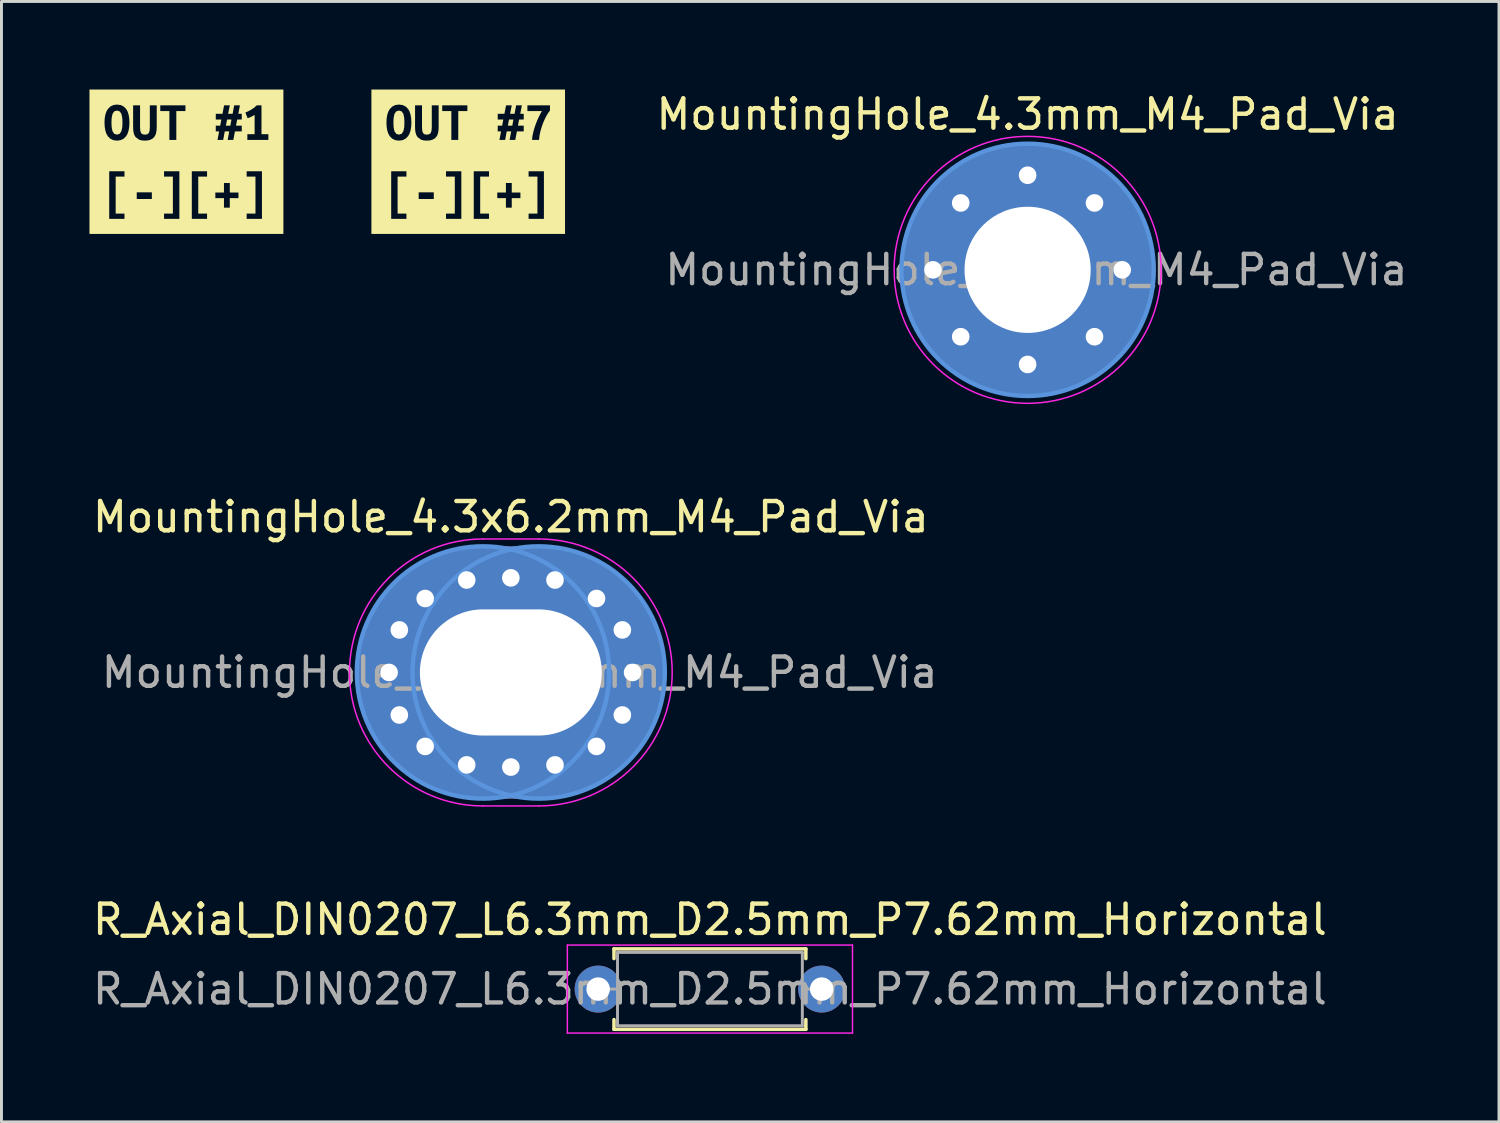
<source format=kicad_pcb>
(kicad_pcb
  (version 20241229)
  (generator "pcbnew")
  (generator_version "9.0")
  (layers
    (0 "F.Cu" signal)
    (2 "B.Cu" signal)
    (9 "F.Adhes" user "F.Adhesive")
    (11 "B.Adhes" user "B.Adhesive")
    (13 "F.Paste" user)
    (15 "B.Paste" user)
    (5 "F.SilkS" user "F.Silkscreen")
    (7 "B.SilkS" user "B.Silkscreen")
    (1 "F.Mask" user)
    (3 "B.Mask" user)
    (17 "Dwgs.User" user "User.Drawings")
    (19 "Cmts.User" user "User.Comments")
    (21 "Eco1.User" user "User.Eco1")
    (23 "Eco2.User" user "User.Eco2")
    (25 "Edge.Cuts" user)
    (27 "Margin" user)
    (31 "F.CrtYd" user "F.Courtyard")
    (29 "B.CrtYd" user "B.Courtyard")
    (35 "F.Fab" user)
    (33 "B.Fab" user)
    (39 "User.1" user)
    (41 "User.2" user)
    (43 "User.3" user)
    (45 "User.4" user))
  (footprint "MountingHole_4.3x6.2mm_M4_Pad_Via"
    (layer "F.Cu")
    (at 14.363 19.872)
    (property "Reference" "MountingHole_4.3x6.2mm_M4_Pad_Via" (at 0 -5.3 0) (layer "F.SilkS") (effects (font (size 1 1) (thickness 0.15))))
    (attr exclude_from_pos_files exclude_from_bom)
    (fp_circle (center -0.95 0) (end 3.35 0) (stroke (width 0.15) (type solid)) (fill no) (layer "Cmts.User"))
    (fp_circle (center 0.95 0) (end 5.25 0) (stroke (width 0.15) (type solid)) (fill no) (layer "Cmts.User"))
    (fp_line (start -0.95 -4.55) (end 0.95 -4.55) (stroke (width 0.05) (type solid)) (layer "F.CrtYd"))
    (fp_line (start 0.95 4.55) (end -0.95 4.55) (stroke (width 0.05) (type solid)) (layer "F.CrtYd"))
    (fp_arc (start -0.95 4.55) (mid -5.5 0) (end -0.95 -4.55) (stroke (width 0.05) (type solid)) (layer "F.CrtYd"))
    (fp_arc (start 0.95 -4.55) (mid 5.5 0) (end 0.95 4.55) (stroke (width 0.05) (type solid)) (layer "F.CrtYd"))
    (fp_text user "${REFERENCE}" (at 0.3 0 0) (layer "F.Fab") (effects (font (size 1 1) (thickness 0.15))))
    (pad "1" thru_hole circle (at -4.15 0) (size 0.9 0.9) (drill 0.6) (layers "*.Cu" "*.Mask"))
    (pad "1" thru_hole circle (at -3.801 -1.45) (size 0.9 0.9) (drill 0.6) (layers "*.Cu" "*.Mask"))
    (pad "1" thru_hole circle (at -3.801 1.45) (size 0.9 0.9) (drill 0.6) (layers "*.Cu" "*.Mask"))
    (pad "1" thru_hole circle (at -2.92 -2.521) (size 0.9 0.9) (drill 0.6) (layers "*.Cu" "*.Mask"))
    (pad "1" thru_hole circle (at -2.92 2.521) (size 0.9 0.9) (drill 0.6) (layers "*.Cu" "*.Mask"))
    (pad "1" thru_hole circle (at -1.505 -3.151) (size 0.9 0.9) (drill 0.6) (layers "*.Cu" "*.Mask"))
    (pad "1" thru_hole circle (at -1.505 3.151) (size 0.9 0.9) (drill 0.6) (layers "*.Cu" "*.Mask"))
    (pad "1" thru_hole circle (at 0 -3.225) (size 0.9 0.9) (drill 0.6) (layers "*.Cu" "*.Mask"))
    (pad "1" thru_hole oval (at 0 0) (size 10.4 8.6) (drill oval 6.2 4.3) (layers "*.Cu" "*.Mask"))
    (pad "1" thru_hole circle (at 0 3.225) (size 0.9 0.9) (drill 0.6) (layers "*.Cu" "*.Mask"))
    (pad "1" thru_hole circle (at 1.505 -3.151) (size 0.9 0.9) (drill 0.6) (layers "*.Cu" "*.Mask"))
    (pad "1" thru_hole circle (at 1.505 3.151) (size 0.9 0.9) (drill 0.6) (layers "*.Cu" "*.Mask"))
    (pad "1" thru_hole circle (at 2.92 -2.521) (size 0.9 0.9) (drill 0.6) (layers "*.Cu" "*.Mask"))
    (pad "1" thru_hole circle (at 2.92 2.521) (size 0.9 0.9) (drill 0.6) (layers "*.Cu" "*.Mask"))
    (pad "1" thru_hole circle (at 3.801 -1.45) (size 0.9 0.9) (drill 0.6) (layers "*.Cu" "*.Mask"))
    (pad "1" thru_hole circle (at 3.801 1.45) (size 0.9 0.9) (drill 0.6) (layers "*.Cu" "*.Mask"))
    (pad "1" thru_hole circle (at 4.15 0) (size 0.9 0.9) (drill 0.6) (layers "*.Cu" "*.Mask")))
  (footprint "label_OUT1"
    (layer "F.Cu")
    (at 3.305 2.462)
    (property "Reference" "label_OUT1" (at 0 -2.462 0) (layer "F.SilkS") (effects (font (size 0.001 0.001) (thickness 0.000003))))
    (attr exclude_from_pos_files exclude_from_bom)
    (fp_poly (pts (xy 1.345 -1.228) (xy 1.497 -1.228) (xy 1.535 -1.438) (xy 1.385 -1.438) (xy 1.345 -1.228)) (stroke (width 0) (type solid)) (fill yes) (layer "F.SilkS"))
    (fp_poly (pts (xy -2.555 -1.333) (xy -2.553 -1.25) (xy -2.548 -1.172) (xy -2.521 -1.042) (xy -2.465 -0.954) (xy -2.368 -0.922) (xy -2.272 -0.954) (xy -2.215 -1.043) (xy -2.188 -1.173) (xy -2.183 -1.25) (xy -2.181 -1.333) (xy -2.183 -1.416) (xy -2.188 -1.494) (xy -2.215 -1.625) (xy -2.271 -1.712) (xy -2.368 -1.745) (xy -2.465 -1.712) (xy -2.521 -1.624) (xy -2.548 -1.493) (xy -2.553 -1.416) (xy -2.555 -1.333)) (stroke (width 0) (type solid)) (fill yes) (layer "F.SilkS"))
    (fp_poly (pts (xy -2.793 -2.461) (xy -2.793 -1.333) (xy -2.786 -1.476) (xy -2.765 -1.6) (xy -2.73 -1.706) (xy -2.68 -1.793) (xy -2.596 -1.879) (xy -2.492 -1.931) (xy -2.368 -1.948) (xy -2.24 -1.931) (xy -2.135 -1.879) (xy -2.052 -1.793) (xy -2.004 -1.706) (xy -1.97 -1.6) (xy -1.95 -1.476) (xy -1.943 -1.333) (xy -1.95 -1.19) (xy -1.971 -1.066) (xy -1.773 -0.905) (xy -1.798 -0.983) (xy -1.813 -1.071) (xy -1.817 -1.169) (xy -1.817 -1.922) (xy -1.581 -1.922) (xy -1.581 -1.184) (xy -1.574 -1.06) (xy -1.548 -0.979) (xy -1.497 -0.935) (xy -1.415 -0.922) (xy -1.333 -0.935) (xy -1.282 -0.98) (xy -1.255 -1.062) (xy -1.248 -1.186) (xy -1.248 -1.922) (xy -1.013 -1.922) (xy -1.013 -1.169) (xy -1.018 -1.071) (xy -0.581 -1.727) (xy -0.892 -1.727) (xy -0.892 -1.922) (xy -0.034 -1.922) (xy -0.034 -1.727) (xy -0.345 -1.727) (xy -0.345 -0.743) (xy -0.581 -0.743) (xy -0.581 -1.727) (xy -1.018 -1.071) (xy -1.033 -0.983) (xy -1.059 -0.905) (xy -1.099 -0.84) (xy -1.154 -0.788) (xy -1.225 -0.749) (xy -1.313 -0.726) (xy 0.183 0.327) (xy 0.703 0.327) (xy 0.703 0.507) (xy 0.403 0.507) (xy 0.985 1.051) (xy 1.279 1.051) (xy 1.279 0.725) (xy 1.478 0.725) (xy 1.478 1.051) (xy 1.773 1.051) (xy 1.773 1.241) (xy 1.478 1.241) (xy 1.478 1.567) (xy 1.279 1.567) (xy 1.279 1.241) (xy 0.985 1.241) (xy 0.985 1.051) (xy 0.403 0.507) (xy 0.403 1.768) (xy 0.703 1.768) (xy 0.703 1.948) (xy 0.183 1.948) (xy 0.183 0.327) (xy -1.313 -0.726) (xy -1.419 -0.718) (xy -1.524 -0.726) (xy -1.611 -0.749) (xy -1.734 -0.84) (xy -1.773 -0.905) (xy -1.971 -1.066) (xy -2.005 -0.96) (xy -2.054 -0.873) (xy -2.137 -0.787) (xy -2.242 -0.735) (xy -2.366 -0.718) (xy -2.494 -0.735) (xy -2.599 -0.787) (xy -2.683 -0.873) (xy -2.731 -0.96) (xy -2.765 -1.066) (xy -2.786 -1.19) (xy -2.793 -1.333) (xy -2.793 -2.461) (xy -3.305 -2.461) (xy -2.632 0.327) (xy -2.112 0.327) (xy -2.112 0.507) (xy -2.412 0.507) (xy -2.412 1.768) (xy -2.112 1.768) (xy -2.112 1.948) (xy -2.632 1.948) (xy -2.632 0.327) (xy -3.305 -2.461) (xy -3.305 2.461) (xy -0.241 1.948) (xy -0.763 1.948) (xy -0.763 1.768) (xy -0.462 1.768) (xy -1.179 1.271) (xy -1.694 1.271) (xy -1.694 1.044) (xy -1.179 1.044) (xy -1.179 1.271) (xy -0.462 1.768) (xy -0.462 0.507) (xy -0.763 0.507) (xy -0.763 0.327) (xy -0.241 0.327) (xy -0.241 1.948) (xy -3.305 2.461) (xy -2.793 2.461) (xy 2.574 1.948) (xy 2.053 1.948) (xy 2.053 1.768) (xy 2.353 1.768) (xy 2.353 0.507) (xy 2.053 0.507) (xy 2.053 0.327) (xy 2.574 0.327) (xy 2.574 1.948) (xy -2.793 2.461) (xy 2.793 2.461) (xy 2.793 -0.743) (xy 2.076 -0.743) (xy 2.076 -0.937) (xy 2.324 -0.937) (xy 2.324 -1.596) (xy 2.202 -1.528) (xy 2.086 -1.482) (xy 2.01 -1.676) (xy 2.109 -1.72) (xy 2.216 -1.779) (xy 2.316 -1.847) (xy 2.398 -1.922) (xy 2.558 -1.922) (xy 2.558 -0.937) (xy 2.793 -0.937) (xy 2.793 -0.743) (xy 2.793 2.461) (xy 3.305 2.461) (xy 3.305 -2.461) (xy 1.478 -1.922) (xy 1.421 -1.632) (xy 1.574 -1.632) (xy 1.629 -1.922) (xy 1.823 -1.922) (xy 1.768 -1.632) (xy 1.886 -1.632) (xy 1.886 -1.438) (xy 1.73 -1.438) (xy 1.69 -1.228) (xy 1.886 -1.228) (xy 1.886 -1.034) (xy 1.654 -1.034) (xy 1.598 -0.743) (xy 1.404 -0.743) (xy 1.459 -1.034) (xy 1.307 -1.034) (xy 1.253 -0.743) (xy 1.059 -0.743) (xy 1.114 -1.034) (xy 1 -1.034) (xy 1 -1.228) (xy 1.151 -1.228) (xy 1.191 -1.438) (xy 1 -1.438) (xy 1 -1.632) (xy 1.229 -1.632) (xy 1.284 -1.922) (xy 1.478 -1.922) (xy 3.305 -2.461) (xy 2.793 -2.461) (xy -2.793 -2.461)) (stroke (width 0) (type solid)) (fill yes) (layer "F.SilkS")))
  (footprint "R_Axial_DIN0207_L6.3mm_D2.5mm_P7.62mm_Horizontal"
    (layer "F.Cu")
    (at 17.339 30.665)
    (property "Reference" "R_Axial_DIN0207_L6.3mm_D2.5mm_P7.62mm_Horizontal" (at 3.81 -2.37 0) (layer "F.SilkS") (effects (font (size 1 1) (thickness 0.15))))
    (attr through_hole)
    (fp_line (start 0.54 -1.37) (end 7.08 -1.37) (stroke (width 0.12) (type solid)) (layer "F.SilkS"))
    (fp_line (start 0.54 -1.04) (end 0.54 -1.37) (stroke (width 0.12) (type solid)) (layer "F.SilkS"))
    (fp_line (start 0.54 1.04) (end 0.54 1.37) (stroke (width 0.12) (type solid)) (layer "F.SilkS"))
    (fp_line (start 0.54 1.37) (end 7.08 1.37) (stroke (width 0.12) (type solid)) (layer "F.SilkS"))
    (fp_line (start 7.08 -1.37) (end 7.08 -1.04) (stroke (width 0.12) (type solid)) (layer "F.SilkS"))
    (fp_line (start 7.08 1.37) (end 7.08 1.04) (stroke (width 0.12) (type solid)) (layer "F.SilkS"))
    (fp_line (start -1.05 -1.5) (end -1.05 1.5) (stroke (width 0.05) (type solid)) (layer "F.CrtYd"))
    (fp_line (start -1.05 1.5) (end 8.67 1.5) (stroke (width 0.05) (type solid)) (layer "F.CrtYd"))
    (fp_line (start 8.67 -1.5) (end -1.05 -1.5) (stroke (width 0.05) (type solid)) (layer "F.CrtYd"))
    (fp_line (start 8.67 1.5) (end 8.67 -1.5) (stroke (width 0.05) (type solid)) (layer "F.CrtYd"))
    (fp_line (start 0 0) (end 0.66 0) (stroke (width 0.1) (type solid)) (layer "F.Fab"))
    (fp_line (start 0.66 -1.25) (end 0.66 1.25) (stroke (width 0.1) (type solid)) (layer "F.Fab"))
    (fp_line (start 0.66 1.25) (end 6.96 1.25) (stroke (width 0.1) (type solid)) (layer "F.Fab"))
    (fp_line (start 6.96 -1.25) (end 0.66 -1.25) (stroke (width 0.1) (type solid)) (layer "F.Fab"))
    (fp_line (start 6.96 1.25) (end 6.96 -1.25) (stroke (width 0.1) (type solid)) (layer "F.Fab"))
    (fp_line (start 7.62 0) (end 6.96 0) (stroke (width 0.1) (type solid)) (layer "F.Fab"))
    (fp_text user "${REFERENCE}" (at 3.81 0 0) (layer "F.Fab") (effects (font (size 1 1) (thickness 0.15))))
    (pad "1" thru_hole circle (at 0 0) (size 1.6 1.6) (drill 0.8) (layers "*.Cu" "*.Mask"))
    (pad "2" thru_hole oval (at 7.62 0) (size 1.6 1.6) (drill 0.8) (layers "*.Cu" "*.Mask")))
  (footprint "MountingHole_4.3mm_M4_Pad_Via"
    (layer "F.Cu")
    (at 31.978 6.148)
    (property "Reference" "MountingHole_4.3mm_M4_Pad_Via" (at 0 -5.3 0) (layer "F.SilkS") (effects (font (size 1 1) (thickness 0.15))))
    (attr exclude_from_pos_files exclude_from_bom)
    (fp_circle (center 0 0) (end 4.3 0) (stroke (width 0.15) (type solid)) (fill no) (layer "Cmts.User"))
    (fp_circle (center 0 0) (end 4.55 0) (stroke (width 0.05) (type solid)) (fill no) (layer "F.CrtYd"))
    (fp_text user "${REFERENCE}" (at 0.3 0 0) (layer "F.Fab") (effects (font (size 1 1) (thickness 0.15))))
    (pad "1" thru_hole circle (at -3.225 0) (size 0.9 0.9) (drill 0.6) (layers "*.Cu" "*.Mask"))
    (pad "1" thru_hole circle (at -2.28 -2.28) (size 0.9 0.9) (drill 0.6) (layers "*.Cu" "*.Mask"))
    (pad "1" thru_hole circle (at -2.28 2.28) (size 0.9 0.9) (drill 0.6) (layers "*.Cu" "*.Mask"))
    (pad "1" thru_hole circle (at 0 -3.225) (size 0.9 0.9) (drill 0.6) (layers "*.Cu" "*.Mask"))
    (pad "1" thru_hole circle (at 0 0) (size 8.6 8.6) (drill 4.3) (layers "*.Cu" "*.Mask"))
    (pad "1" thru_hole circle (at 0 3.225) (size 0.9 0.9) (drill 0.6) (layers "*.Cu" "*.Mask"))
    (pad "1" thru_hole circle (at 2.28 -2.28) (size 0.9 0.9) (drill 0.6) (layers "*.Cu" "*.Mask"))
    (pad "1" thru_hole circle (at 2.28 2.28) (size 0.9 0.9) (drill 0.6) (layers "*.Cu" "*.Mask"))
    (pad "1" thru_hole circle (at 3.225 0) (size 0.9 0.9) (drill 0.6) (layers "*.Cu" "*.Mask")))
  (footprint "label_OUT7"
    (layer "F.Cu")
    (at 12.91 2.462)
    (property "Reference" "label_OUT7" (at 0 -2.462 0) (layer "F.SilkS") (effects (font (size 0.001 0.001) (thickness 0.000003))))
    (attr exclude_from_pos_files exclude_from_bom)
    (fp_poly (pts (xy 1.351 -1.228) (xy 1.503 -1.228) (xy 1.541 -1.438) (xy 1.391 -1.438) (xy 1.351 -1.228)) (stroke (width 0) (type solid)) (fill yes) (layer "F.SilkS"))
    (fp_poly (pts (xy -2.549 -1.333) (xy -2.547 -1.25) (xy -2.542 -1.172) (xy -2.516 -1.042) (xy -2.459 -0.954) (xy -2.362 -0.922) (xy -2.266 -0.954) (xy -2.209 -1.043) (xy -2.182 -1.173) (xy -2.177 -1.25) (xy -2.176 -1.333) (xy -2.177 -1.416) (xy -2.182 -1.494) (xy -2.209 -1.625) (xy -2.265 -1.712) (xy -2.362 -1.745) (xy -2.459 -1.712) (xy -2.516 -1.624) (xy -2.542 -1.493) (xy -2.547 -1.416) (xy -2.549 -1.333)) (stroke (width 0) (type solid)) (fill yes) (layer "F.SilkS"))
    (fp_poly (pts (xy -2.787 -2.461) (xy -2.787 -1.333) (xy -2.78 -1.476) (xy -2.759 -1.6) (xy -2.724 -1.706) (xy -2.675 -1.793) (xy -2.59 -1.879) (xy -2.486 -1.931) (xy -2.362 -1.948) (xy -2.235 -1.931) (xy -2.129 -1.879) (xy -2.046 -1.793) (xy -1.998 -1.706) (xy -1.965 -1.6) (xy -1.944 -1.476) (xy -1.937 -1.333) (xy -1.944 -1.19) (xy -1.965 -1.066) (xy -1.767 -0.905) (xy -1.793 -0.983) (xy -1.807 -1.071) (xy -1.812 -1.169) (xy -1.812 -1.922) (xy -1.575 -1.922) (xy -1.575 -1.184) (xy -1.568 -1.06) (xy -1.542 -0.979) (xy -1.492 -0.935) (xy -1.41 -0.922) (xy -1.328 -0.935) (xy -1.276 -0.98) (xy -1.25 -1.062) (xy -1.242 -1.186) (xy -1.242 -1.922) (xy -1.008 -1.922) (xy -1.008 -1.169) (xy -1.013 -1.071) (xy -0.575 -1.727) (xy -0.886 -1.727) (xy -0.886 -1.922) (xy -0.029 -1.922) (xy -0.029 -1.727) (xy -0.339 -1.727) (xy -0.339 -0.743) (xy -0.575 -0.743) (xy -0.575 -1.727) (xy -1.013 -1.071) (xy -1.027 -0.983) (xy -1.053 -0.905) (xy -1.093 -0.84) (xy -1.149 -0.788) (xy -1.219 -0.749) (xy -1.307 -0.726) (xy -1.414 -0.718) (xy -1.519 -0.726) (xy -1.605 -0.749) (xy -1.728 -0.84) (xy -1.767 -0.905) (xy -1.965 -1.066) (xy -2 -0.96) (xy -2.048 -0.873) (xy -2.132 -0.787) (xy -2.236 -0.735) (xy -2.36 -0.718) (xy -2.488 -0.735) (xy -2.594 -0.787) (xy -2.677 -0.873) (xy -2.725 -0.96) (xy -2.76 -1.066) (xy -2.78 -1.19) (xy -2.787 -1.333) (xy -2.787 -2.461) (xy -3.3 -2.461) (xy -2.626 0.327) (xy -2.106 0.327) (xy -2.106 0.507) (xy -2.407 0.507) (xy -2.407 1.768) (xy -2.106 1.768) (xy -2.106 1.948) (xy -2.626 1.948) (xy -2.626 0.327) (xy -3.3 -2.461) (xy -3.3 2.461) (xy -0.235 1.948) (xy -0.757 1.948) (xy -0.757 1.768) (xy -0.457 1.768) (xy -1.174 1.271) (xy -1.688 1.271) (xy -1.688 1.044) (xy -1.174 1.044) (xy -1.174 1.271) (xy -0.457 1.768) (xy -0.457 0.507) (xy -0.757 0.507) (xy -0.757 0.327) (xy -0.235 0.327) (xy -0.235 1.948) (xy -3.3 2.461) (xy -2.787 2.461) (xy 2.787 2.461) (xy 0.709 1.768) (xy 0.709 1.948) (xy 0.189 1.948) (xy 0.189 0.327) (xy 0.709 0.327) (xy 0.709 0.507) (xy 0.408 0.507) (xy 0.99 1.051) (xy 1.285 1.051) (xy 1.285 0.725) (xy 1.484 0.725) (xy 1.484 1.051) (xy 1.779 1.051) (xy 1.779 1.241) (xy 1.484 1.241) (xy 1.484 1.567) (xy 1.285 1.567) (xy 1.285 1.241) (xy 0.99 1.241) (xy 0.99 1.051) (xy 0.408 0.507) (xy 0.408 1.768) (xy 0.709 1.768) (xy 2.787 2.461) (xy 3.3 2.461) (xy 2.58 1.948) (xy 2.058 1.948) (xy 2.058 1.768) (xy 2.359 1.768) (xy 2.359 0.507) (xy 2.058 0.507) (xy 2.058 0.327) (xy 2.58 0.327) (xy 2.58 1.948) (xy 3.3 2.461) (xy 3.3 -2.461) (xy 1.484 -1.922) (xy 1.427 -1.632) (xy 1.579 -1.632) (xy 1.634 -1.922) (xy 1.829 -1.922) (xy 1.774 -1.632) (xy 1.892 -1.632) (xy 1.892 -1.438) (xy 1.735 -1.438) (xy 1.695 -1.228) (xy 1.892 -1.228) (xy 1.892 -1.034) (xy 1.659 -1.034) (xy 2.176 -0.743) (xy 2.188 -0.868) (xy 2.216 -1.001) (xy 2.253 -1.136) (xy 2.298 -1.27) (xy 2.349 -1.4) (xy 2.404 -1.523) (xy 2.46 -1.633) (xy 2.513 -1.727) (xy 2.017 -1.727) (xy 2.017 -1.922) (xy 2.787 -1.922) (xy 2.787 -1.745) (xy 2.733 -1.674) (xy 2.675 -1.579) (xy 2.615 -1.465) (xy 2.559 -1.337) (xy 2.508 -1.197) (xy 2.464 -1.048) (xy 2.431 -0.895) (xy 2.414 -0.743) (xy 2.176 -0.743) (xy 1.659 -1.034) (xy 1.604 -0.743) (xy 1.41 -0.743) (xy 1.465 -1.034) (xy 1.313 -1.034) (xy 1.259 -0.743) (xy 1.065 -0.743) (xy 1.12 -1.034) (xy 1.006 -1.034) (xy 1.006 -1.228) (xy 1.156 -1.228) (xy 1.196 -1.438) (xy 1.006 -1.438) (xy 1.006 -1.632) (xy 1.234 -1.632) (xy 1.29 -1.922) (xy 1.484 -1.922) (xy 3.3 -2.461) (xy 2.787 -2.461) (xy -2.787 -2.461)) (stroke (width 0) (type solid)) (fill yes) (layer "F.SilkS")))
  (gr_rect
    (start -3 -3)
    (end 48.046 35.19)
    (stroke (width 0.1) (type default))
    (fill no)
    (layer "Edge.Cuts")))
</source>
